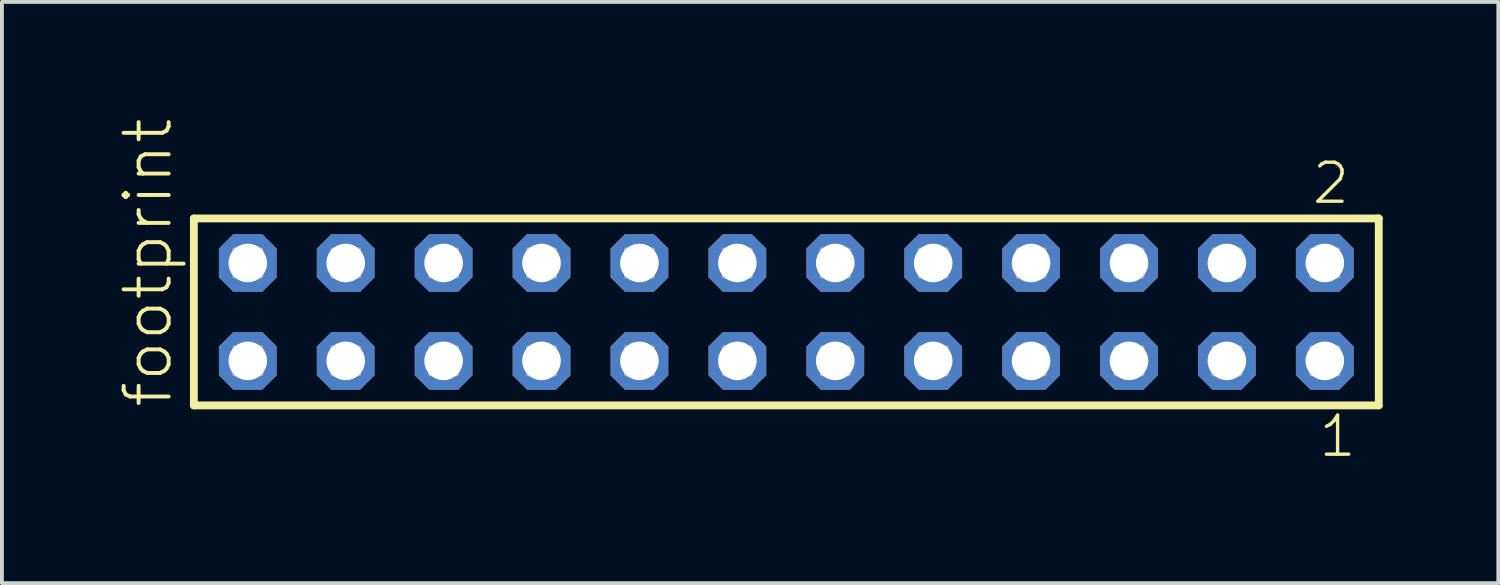
<source format=kicad_pcb>
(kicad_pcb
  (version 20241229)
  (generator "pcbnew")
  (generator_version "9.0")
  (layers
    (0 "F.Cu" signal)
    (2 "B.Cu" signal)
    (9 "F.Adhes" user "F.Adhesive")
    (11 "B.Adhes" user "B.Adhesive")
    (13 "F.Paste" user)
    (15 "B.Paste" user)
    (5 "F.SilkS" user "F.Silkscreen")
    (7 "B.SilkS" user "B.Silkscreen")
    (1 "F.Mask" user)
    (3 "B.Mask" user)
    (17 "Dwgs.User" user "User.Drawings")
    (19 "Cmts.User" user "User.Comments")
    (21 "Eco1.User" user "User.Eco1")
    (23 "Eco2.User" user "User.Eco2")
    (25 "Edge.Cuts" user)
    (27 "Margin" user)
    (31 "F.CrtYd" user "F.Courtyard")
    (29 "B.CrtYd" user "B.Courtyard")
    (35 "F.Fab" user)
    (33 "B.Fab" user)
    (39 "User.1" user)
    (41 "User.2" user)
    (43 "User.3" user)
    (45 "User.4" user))
  (footprint "footprint"
    (layer "F.Cu")
    (at 17.348 5.042)
    (property "Reference" "footprint" (at -15.875 2.54 90) (layer "F.SilkS") (effects (font (size 1.168 1.168) (thickness 0.102)) (justify left bottom)))
    (fp_line (start -15.369 -2.425) (end 15.369 -2.425) (stroke (width 0.203) (type solid)) (layer "F.SilkS"))
    (fp_line (start -15.369 2.425) (end -15.369 -2.425) (stroke (width 0.203) (type solid)) (layer "F.SilkS"))
    (fp_line (start 15.369 -2.425) (end 15.369 2.425) (stroke (width 0.203) (type solid)) (layer "F.SilkS"))
    (fp_line (start 15.369 2.425) (end -15.369 2.425) (stroke (width 0.203) (type solid)) (layer "F.SilkS"))
    (fp_poly (pts (xy -14.32 -0.92) (xy -13.62 -0.92) (xy -13.62 -1.62) (xy -14.32 -1.62)) (stroke (width 0.1) (type solid)) (fill no) (layer "F.Fab"))
    (fp_poly (pts (xy -14.32 1.62) (xy -13.62 1.62) (xy -13.62 0.92) (xy -14.32 0.92)) (stroke (width 0.1) (type solid)) (fill no) (layer "F.Fab"))
    (fp_poly (pts (xy -11.78 -0.92) (xy -11.08 -0.92) (xy -11.08 -1.62) (xy -11.78 -1.62)) (stroke (width 0.1) (type solid)) (fill no) (layer "F.Fab"))
    (fp_poly (pts (xy -11.78 1.62) (xy -11.08 1.62) (xy -11.08 0.92) (xy -11.78 0.92)) (stroke (width 0.1) (type solid)) (fill no) (layer "F.Fab"))
    (fp_poly (pts (xy -9.24 -0.92) (xy -8.54 -0.92) (xy -8.54 -1.62) (xy -9.24 -1.62)) (stroke (width 0.1) (type solid)) (fill no) (layer "F.Fab"))
    (fp_poly (pts (xy -9.24 1.62) (xy -8.54 1.62) (xy -8.54 0.92) (xy -9.24 0.92)) (stroke (width 0.1) (type solid)) (fill no) (layer "F.Fab"))
    (fp_poly (pts (xy -6.7 -0.92) (xy -6 -0.92) (xy -6 -1.62) (xy -6.7 -1.62)) (stroke (width 0.1) (type solid)) (fill no) (layer "F.Fab"))
    (fp_poly (pts (xy -6.7 1.62) (xy -6 1.62) (xy -6 0.92) (xy -6.7 0.92)) (stroke (width 0.1) (type solid)) (fill no) (layer "F.Fab"))
    (fp_poly (pts (xy -4.16 -0.92) (xy -3.46 -0.92) (xy -3.46 -1.62) (xy -4.16 -1.62)) (stroke (width 0.1) (type solid)) (fill no) (layer "F.Fab"))
    (fp_poly (pts (xy -4.16 1.62) (xy -3.46 1.62) (xy -3.46 0.92) (xy -4.16 0.92)) (stroke (width 0.1) (type solid)) (fill no) (layer "F.Fab"))
    (fp_poly (pts (xy -1.62 -0.92) (xy -0.92 -0.92) (xy -0.92 -1.62) (xy -1.62 -1.62)) (stroke (width 0.1) (type solid)) (fill no) (layer "F.Fab"))
    (fp_poly (pts (xy -1.62 1.62) (xy -0.92 1.62) (xy -0.92 0.92) (xy -1.62 0.92)) (stroke (width 0.1) (type solid)) (fill no) (layer "F.Fab"))
    (fp_poly (pts (xy 0.92 -0.92) (xy 1.62 -0.92) (xy 1.62 -1.62) (xy 0.92 -1.62)) (stroke (width 0.1) (type solid)) (fill no) (layer "F.Fab"))
    (fp_poly (pts (xy 0.92 1.62) (xy 1.62 1.62) (xy 1.62 0.92) (xy 0.92 0.92)) (stroke (width 0.1) (type solid)) (fill no) (layer "F.Fab"))
    (fp_poly (pts (xy 3.46 -0.92) (xy 4.16 -0.92) (xy 4.16 -1.62) (xy 3.46 -1.62)) (stroke (width 0.1) (type solid)) (fill no) (layer "F.Fab"))
    (fp_poly (pts (xy 3.46 1.62) (xy 4.16 1.62) (xy 4.16 0.92) (xy 3.46 0.92)) (stroke (width 0.1) (type solid)) (fill no) (layer "F.Fab"))
    (fp_poly (pts (xy 6 -0.92) (xy 6.7 -0.92) (xy 6.7 -1.62) (xy 6 -1.62)) (stroke (width 0.1) (type solid)) (fill no) (layer "F.Fab"))
    (fp_poly (pts (xy 6 1.62) (xy 6.7 1.62) (xy 6.7 0.92) (xy 6 0.92)) (stroke (width 0.1) (type solid)) (fill no) (layer "F.Fab"))
    (fp_poly (pts (xy 8.54 -0.92) (xy 9.24 -0.92) (xy 9.24 -1.62) (xy 8.54 -1.62)) (stroke (width 0.1) (type solid)) (fill no) (layer "F.Fab"))
    (fp_poly (pts (xy 8.54 1.62) (xy 9.24 1.62) (xy 9.24 0.92) (xy 8.54 0.92)) (stroke (width 0.1) (type solid)) (fill no) (layer "F.Fab"))
    (fp_poly (pts (xy 11.08 -0.92) (xy 11.78 -0.92) (xy 11.78 -1.62) (xy 11.08 -1.62)) (stroke (width 0.1) (type solid)) (fill no) (layer "F.Fab"))
    (fp_poly (pts (xy 11.08 1.62) (xy 11.78 1.62) (xy 11.78 0.92) (xy 11.08 0.92)) (stroke (width 0.1) (type solid)) (fill no) (layer "F.Fab"))
    (fp_poly (pts (xy 13.62 -0.92) (xy 14.32 -0.92) (xy 14.32 -1.62) (xy 13.62 -1.62)) (stroke (width 0.1) (type solid)) (fill no) (layer "F.Fab"))
    (fp_poly (pts (xy 13.62 1.62) (xy 14.32 1.62) (xy 14.32 0.92) (xy 13.62 0.92)) (stroke (width 0.1) (type solid)) (fill no) (layer "F.Fab"))
    (fp_text user "1" (at 13.762 3.818 0) (layer "F.SilkS") (effects (font (size 1.012 1.012) (thickness 0.088)) (justify left bottom)))
    (fp_text user "2" (at 13.587 -2.744 0) (layer "F.SilkS") (effects (font (size 1.012 1.012) (thickness 0.088)) (justify left bottom)))
    (pad "1" thru_hole roundrect (at 13.97 1.27 180) (size 1.5 1.5) (drill 1) (layers "*.Cu" "*.Mask") (roundrect_rratio 0.25) (chamfer_ratio 0.25) (chamfer top_left top_right bottom_left bottom_right))
    (pad "2" thru_hole roundrect (at 13.97 -1.27 180) (size 1.5 1.5) (drill 1) (layers "*.Cu" "*.Mask") (roundrect_rratio 0.25) (chamfer_ratio 0.25) (chamfer top_left top_right bottom_left bottom_right))
    (pad "3" thru_hole roundrect (at 11.43 1.27 180) (size 1.5 1.5) (drill 1) (layers "*.Cu" "*.Mask") (roundrect_rratio 0.25) (chamfer_ratio 0.25) (chamfer top_left top_right bottom_left bottom_right))
    (pad "4" thru_hole roundrect (at 11.43 -1.27 180) (size 1.5 1.5) (drill 1) (layers "*.Cu" "*.Mask") (roundrect_rratio 0.25) (chamfer_ratio 0.25) (chamfer top_left top_right bottom_left bottom_right))
    (pad "5" thru_hole roundrect (at 8.89 1.27 180) (size 1.5 1.5) (drill 1) (layers "*.Cu" "*.Mask") (roundrect_rratio 0.25) (chamfer_ratio 0.25) (chamfer top_left top_right bottom_left bottom_right))
    (pad "6" thru_hole roundrect (at 8.89 -1.27 180) (size 1.5 1.5) (drill 1) (layers "*.Cu" "*.Mask") (roundrect_rratio 0.25) (chamfer_ratio 0.25) (chamfer top_left top_right bottom_left bottom_right))
    (pad "7" thru_hole roundrect (at 6.35 1.27 180) (size 1.5 1.5) (drill 1) (layers "*.Cu" "*.Mask") (roundrect_rratio 0.25) (chamfer_ratio 0.25) (chamfer top_left top_right bottom_left bottom_right))
    (pad "8" thru_hole roundrect (at 6.35 -1.27 180) (size 1.5 1.5) (drill 1) (layers "*.Cu" "*.Mask") (roundrect_rratio 0.25) (chamfer_ratio 0.25) (chamfer top_left top_right bottom_left bottom_right))
    (pad "9" thru_hole roundrect (at 3.81 1.27 180) (size 1.5 1.5) (drill 1) (layers "*.Cu" "*.Mask") (roundrect_rratio 0.25) (chamfer_ratio 0.25) (chamfer top_left top_right bottom_left bottom_right))
    (pad "10" thru_hole roundrect (at 3.81 -1.27 180) (size 1.5 1.5) (drill 1) (layers "*.Cu" "*.Mask") (roundrect_rratio 0.25) (chamfer_ratio 0.25) (chamfer top_left top_right bottom_left bottom_right))
    (pad "11" thru_hole roundrect (at 1.27 1.27 180) (size 1.5 1.5) (drill 1) (layers "*.Cu" "*.Mask") (roundrect_rratio 0.25) (chamfer_ratio 0.25) (chamfer top_left top_right bottom_left bottom_right))
    (pad "12" thru_hole roundrect (at 1.27 -1.27 180) (size 1.5 1.5) (drill 1) (layers "*.Cu" "*.Mask") (roundrect_rratio 0.25) (chamfer_ratio 0.25) (chamfer top_left top_right bottom_left bottom_right))
    (pad "13" thru_hole roundrect (at -1.27 1.27 180) (size 1.5 1.5) (drill 1) (layers "*.Cu" "*.Mask") (roundrect_rratio 0.25) (chamfer_ratio 0.25) (chamfer top_left top_right bottom_left bottom_right))
    (pad "14" thru_hole roundrect (at -1.27 -1.27 180) (size 1.5 1.5) (drill 1) (layers "*.Cu" "*.Mask") (roundrect_rratio 0.25) (chamfer_ratio 0.25) (chamfer top_left top_right bottom_left bottom_right))
    (pad "15" thru_hole roundrect (at -3.81 1.27 180) (size 1.5 1.5) (drill 1) (layers "*.Cu" "*.Mask") (roundrect_rratio 0.25) (chamfer_ratio 0.25) (chamfer top_left top_right bottom_left bottom_right))
    (pad "16" thru_hole roundrect (at -3.81 -1.27 180) (size 1.5 1.5) (drill 1) (layers "*.Cu" "*.Mask") (roundrect_rratio 0.25) (chamfer_ratio 0.25) (chamfer top_left top_right bottom_left bottom_right))
    (pad "17" thru_hole roundrect (at -6.35 1.27 180) (size 1.5 1.5) (drill 1) (layers "*.Cu" "*.Mask") (roundrect_rratio 0.25) (chamfer_ratio 0.25) (chamfer top_left top_right bottom_left bottom_right))
    (pad "18" thru_hole roundrect (at -6.35 -1.27 180) (size 1.5 1.5) (drill 1) (layers "*.Cu" "*.Mask") (roundrect_rratio 0.25) (chamfer_ratio 0.25) (chamfer top_left top_right bottom_left bottom_right))
    (pad "19" thru_hole roundrect (at -8.89 1.27 180) (size 1.5 1.5) (drill 1) (layers "*.Cu" "*.Mask") (roundrect_rratio 0.25) (chamfer_ratio 0.25) (chamfer top_left top_right bottom_left bottom_right))
    (pad "20" thru_hole roundrect (at -8.89 -1.27 180) (size 1.5 1.5) (drill 1) (layers "*.Cu" "*.Mask") (roundrect_rratio 0.25) (chamfer_ratio 0.25) (chamfer top_left top_right bottom_left bottom_right))
    (pad "21" thru_hole roundrect (at -11.43 1.27 180) (size 1.5 1.5) (drill 1) (layers "*.Cu" "*.Mask") (roundrect_rratio 0.25) (chamfer_ratio 0.25) (chamfer top_left top_right bottom_left bottom_right))
    (pad "22" thru_hole roundrect (at -11.43 -1.27 180) (size 1.5 1.5) (drill 1) (layers "*.Cu" "*.Mask") (roundrect_rratio 0.25) (chamfer_ratio 0.25) (chamfer top_left top_right bottom_left bottom_right))
    (pad "23" thru_hole roundrect (at -13.97 1.27 180) (size 1.5 1.5) (drill 1) (layers "*.Cu" "*.Mask") (roundrect_rratio 0.25) (chamfer_ratio 0.25) (chamfer top_left top_right bottom_left bottom_right))
    (pad "24" thru_hole roundrect (at -13.97 -1.27 180) (size 1.5 1.5) (drill 1) (layers "*.Cu" "*.Mask") (roundrect_rratio 0.25) (chamfer_ratio 0.25) (chamfer top_left top_right bottom_left bottom_right)))
  (gr_rect
    (start -3 -3)
    (end 35.819 12.077)
    (stroke (width 0.1) (type default))
    (fill no)
    (layer "Edge.Cuts")))
</source>
